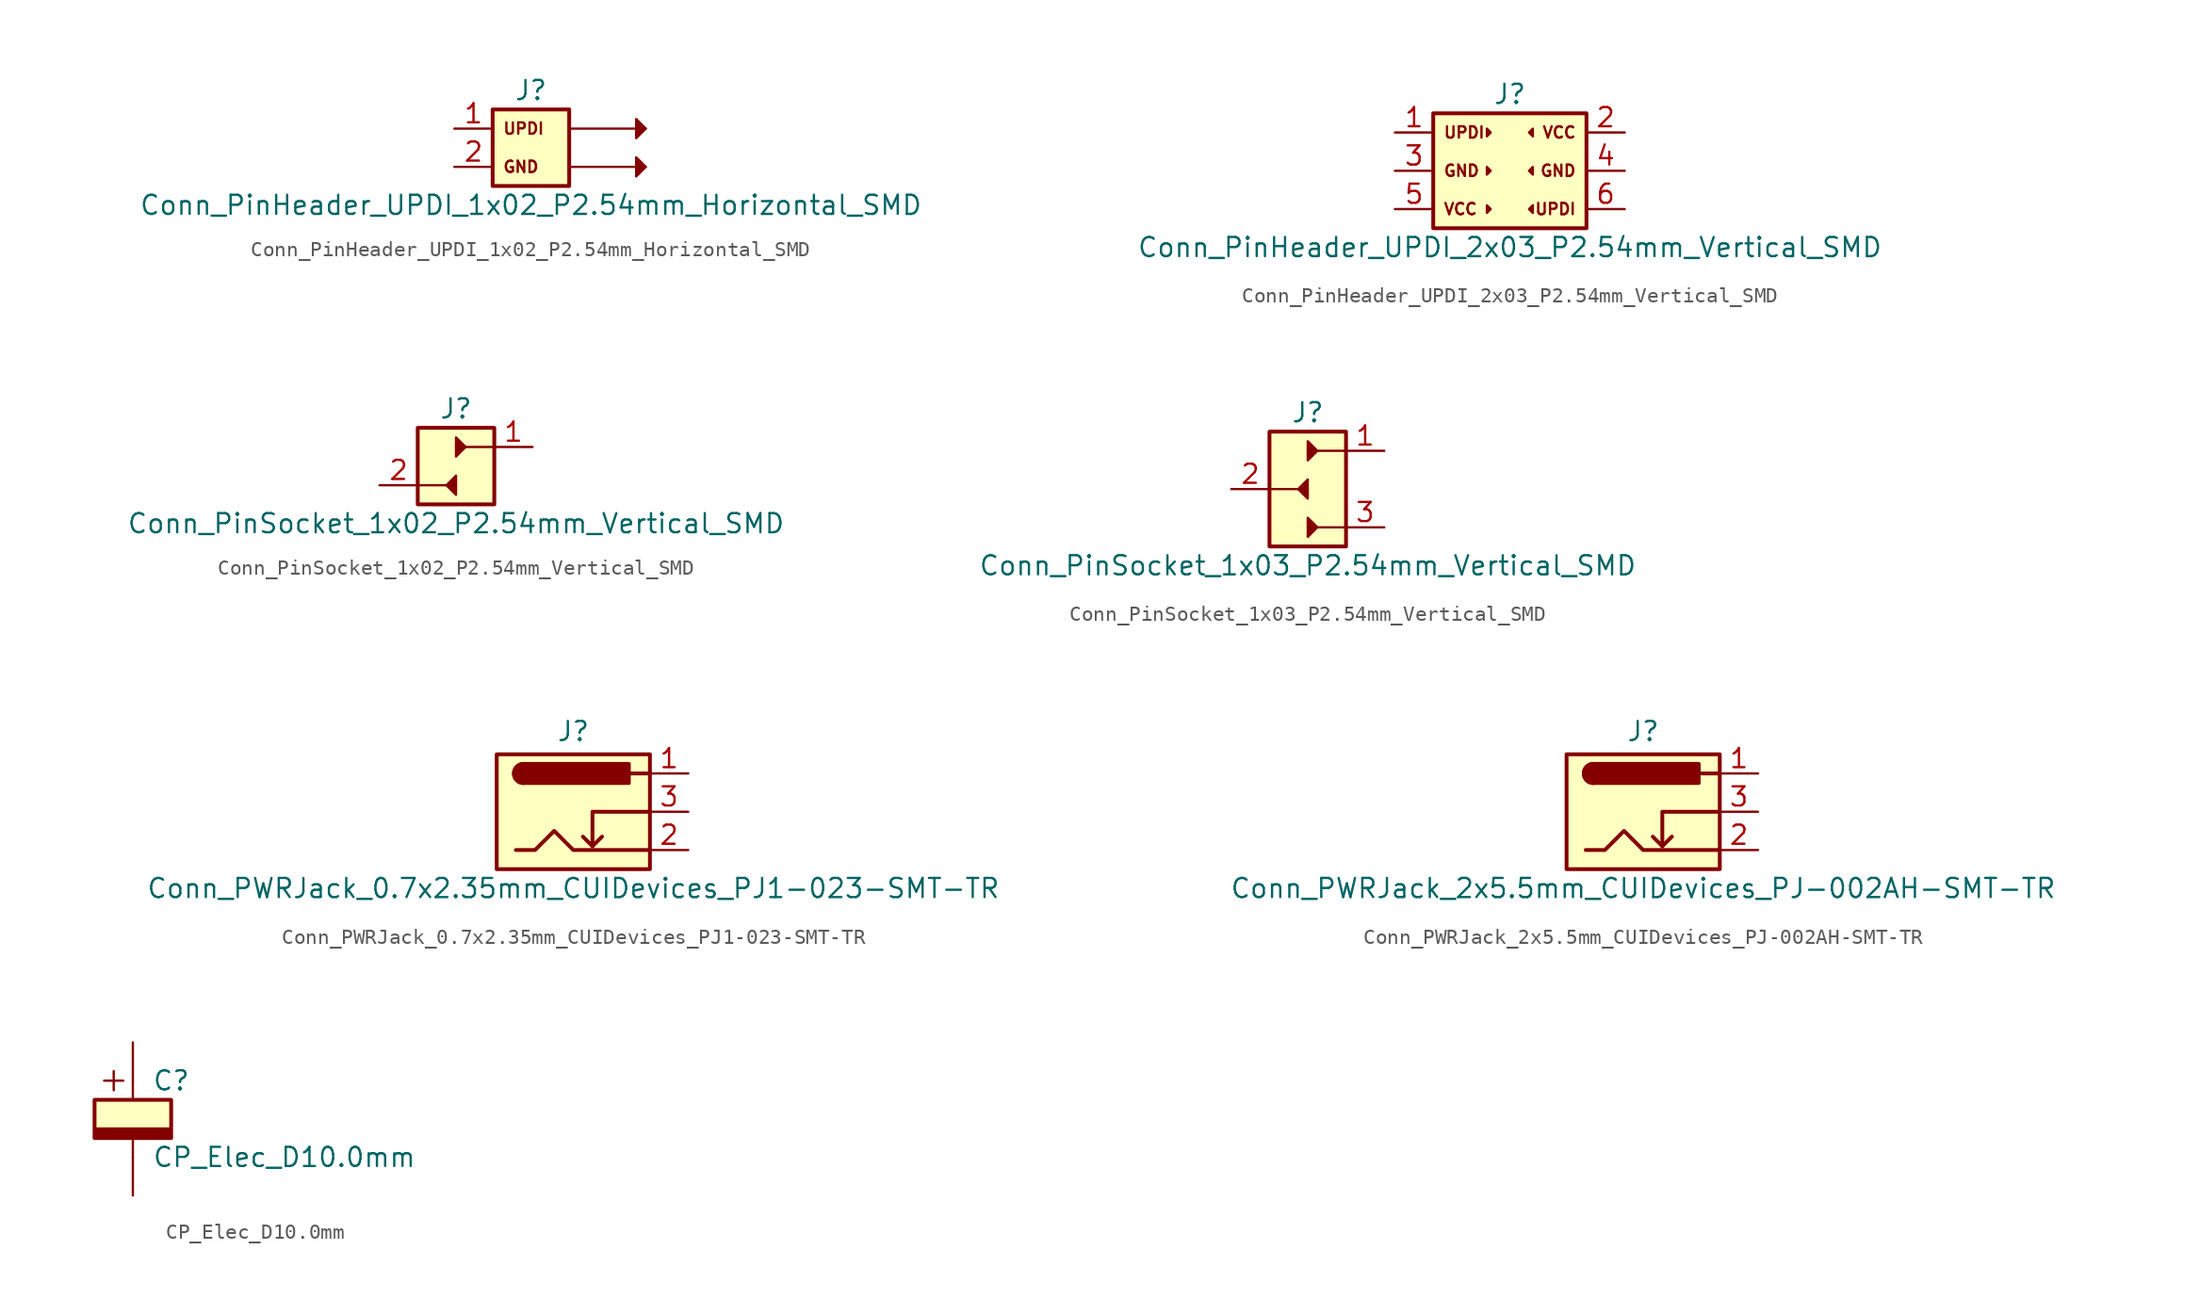
<source format=kicad_sym>
(kicad_symbol_lib
  (version 20211014)
  (generator kicad_symbol_editor)
  (symbol "Conn_PinHeader_UPDI_1x02_P2.54mm_Horizontal_SMD"
    (property "Reference" "J"
      (at 0 3.81 0)
      (effects (font (size 1.27 1.27))))
    (property "Value" "Conn_PinHeader_UPDI_1x02_P2.54mm_Horizontal_SMD"
      (at 0 -3.81 0)
      (effects (font (size 1.27 1.27))))
    (symbol "Conn_PinHeader_UPDI_1x02_P2.54mm_Horizontal_SMD_0_0"
      (rectangle (start -2.54 2.54) (end 2.54 -2.54) (stroke (width 0.254) (type default) (color 0 0 0 0)) (fill (type background)))
      (polyline (pts (xy 2.54 -1.27) (xy 7.62 -1.27)) (stroke (width 0) (type default) (color 0 0 0 0)) (fill (type none)))
      (polyline (pts (xy 2.54 1.27) (xy 7.62 1.27)) (stroke (width 0) (type default) (color 0 0 0 0)) (fill (type none)))
      (polyline (pts (xy 6.985 -0.635) (xy 7.62 -1.27) (xy 6.985 -1.905) (xy 6.985 -0.635)) (stroke (width 0) (type default) (color 0 0 0 0)) (fill (type outline)))
      (polyline (pts (xy 6.985 1.905) (xy 7.62 1.27) (xy 6.985 0.635) (xy 6.985 1.905)) (stroke (width 0) (type default) (color 0 0 0 0)) (fill (type outline)))
      (text "GND" (at -1.905 -1.27 0) (effects (font (size 0.75 0.75)) (justify left)))
      (text "UPDI" (at -1.905 1.27 0) (effects (font (size 0.75 0.75)) (justify left))))
    (symbol "Conn_PinHeader_UPDI_1x02_P2.54mm_Horizontal_SMD_1_1"
      (pin passive line (at -5.08 1.27 0) (length 2.54) (name "" (effects (font (size 1.27 1.27)))) (number "1" (effects (font (size 1.27 1.27)))))
      (pin passive line (at -5.08 -1.27 0) (length 2.54) (name "" (effects (font (size 1.27 1.27)))) (number "2" (effects (font (size 1.27 1.27)))))))
  (symbol "Conn_PinHeader_UPDI_2x03_P2.54mm_Vertical_SMD"
    (property "Reference" "J"
      (at 0 5.08 0)
      (effects (font (size 1.27 1.27))))
    (property "Value" "Conn_PinHeader_UPDI_2x03_P2.54mm_Vertical_SMD"
      (at 0 -5.08 0)
      (effects (font (size 1.27 1.27))))
    (symbol "Conn_PinHeader_UPDI_2x03_P2.54mm_Vertical_SMD_0_0"
      (rectangle (start -5.08 3.81) (end 5.08 -3.81) (stroke (width 0.254) (type default) (color 0 0 0 0)) (fill (type background)))
      (polyline (pts (xy -1.27 -2.54) (xy -1.524 -2.794) (xy -1.524 -2.286) (xy -1.27 -2.54)) (stroke (width 0) (type default) (color 0 0 0 0)) (fill (type outline)))
      (polyline (pts (xy -1.27 0) (xy -1.524 -0.254) (xy -1.524 0.254) (xy -1.27 0)) (stroke (width 0) (type default) (color 0 0 0 0)) (fill (type outline)))
      (polyline (pts (xy -1.27 2.54) (xy -1.524 2.286) (xy -1.524 2.794) (xy -1.27 2.54)) (stroke (width 0) (type default) (color 0 0 0 0)) (fill (type outline)))
      (polyline (pts (xy 1.27 -2.54) (xy 1.524 -2.286) (xy 1.524 -2.794) (xy 1.27 -2.54)) (stroke (width 0) (type default) (color 0 0 0 0)) (fill (type outline)))
      (polyline (pts (xy 1.27 0) (xy 1.524 0.254) (xy 1.524 -0.254) (xy 1.27 0)) (stroke (width 0) (type default) (color 0 0 0 0)) (fill (type outline)))
      (polyline (pts (xy 1.27 2.54) (xy 1.524 2.794) (xy 1.524 2.286) (xy 1.27 2.54)) (stroke (width 0) (type default) (color 0 0 0 0)) (fill (type outline)))
      (text "GND" (at -4.445 0 0) (effects (font (size 0.75 0.75)) (justify left)))
      (text "GND" (at 4.445 0 0) (effects (font (size 0.75 0.75)) (justify right)))
      (text "UPDI" (at -4.445 2.54 0) (effects (font (size 0.75 0.75)) (justify left)))
      (text "UPDI" (at 4.445 -2.54 0) (effects (font (size 0.75 0.75)) (justify right)))
      (text "VCC" (at -4.445 -2.54 0) (effects (font (size 0.75 0.75)) (justify left)))
      (text "VCC" (at 4.445 2.54 0) (effects (font (size 0.75 0.75)) (justify right))))
    (symbol "Conn_PinHeader_UPDI_2x03_P2.54mm_Vertical_SMD_1_1"
      (pin passive line (at -7.62 2.54 0) (length 2.54) (name "" (effects (font (size 1.27 1.27)))) (number "1" (effects (font (size 1.27 1.27)))))
      (pin passive line (at 7.62 2.54 180) (length 2.54) (name "" (effects (font (size 1.27 1.27)))) (number "2" (effects (font (size 1.27 1.27)))))
      (pin passive line (at -7.62 0 0) (length 2.54) (name "" (effects (font (size 1.27 1.27)))) (number "3" (effects (font (size 1.27 1.27)))))
      (pin passive line (at 7.62 0 180) (length 2.54) (name "" (effects (font (size 1.27 1.27)))) (number "4" (effects (font (size 1.27 1.27)))))
      (pin passive line (at -7.62 -2.54 0) (length 2.54) (name "" (effects (font (size 1.27 1.27)))) (number "5" (effects (font (size 1.27 1.27)))))
      (pin passive line (at 7.62 -2.54 180) (length 2.54) (name "" (effects (font (size 1.27 1.27)))) (number "6" (effects (font (size 1.27 1.27)))))))
  (symbol "Conn_PinSocket_1x02_P2.54mm_Vertical_SMD"
    (pin_names hide)
    (property "Reference" "J"
      (at 0 3.81 0)
      (effects (font (size 1.27 1.27))))
    (property "Value" "Conn_PinSocket_1x02_P2.54mm_Vertical_SMD"
      (at 0 -3.81 0)
      (effects (font (size 1.27 1.27))))
    (symbol "Conn_PinSocket_1x02_P2.54mm_Vertical_SMD_0_0"
      (rectangle (start -2.54 2.54) (end 2.54 -2.54) (stroke (width 0.254) (type default) (color 0 0 0 0)) (fill (type background)))
      (polyline (pts (xy 0 -1.27) (xy -2.54 -1.27)) (stroke (width 0) (type default) (color 0 0 0 0)) (fill (type none)))
      (polyline (pts (xy 2.54 1.27) (xy 0 1.27)) (stroke (width 0) (type default) (color 0 0 0 0)) (fill (type none)))
      (polyline (pts (xy 0 -1.905) (xy -0.635 -1.27) (xy 0 -0.635) (xy 0 -1.905)) (stroke (width 0) (type default) (color 0 0 0 0)) (fill (type outline)))
      (polyline (pts (xy 0 0.635) (xy 0.635 1.27) (xy 0 1.905) (xy 0 0.635)) (stroke (width 0) (type default) (color 0 0 0 0)) (fill (type outline))))
    (symbol "Conn_PinSocket_1x02_P2.54mm_Vertical_SMD_1_1"
      (pin passive line (at 5.08 1.27 180) (length 2.54) (name "Pin_1" (effects (font (size 1.27 1.27)))) (number "1" (effects (font (size 1.27 1.27)))))
      (pin passive line (at -5.08 -1.27 0) (length 2.54) (name "Pin_2" (effects (font (size 1.27 1.27)))) (number "2" (effects (font (size 1.27 1.27)))))))
  (symbol "Conn_PinSocket_1x03_P2.54mm_Vertical_SMD"
    (pin_names hide)
    (property "Reference" "J"
      (at 0 5.08 0)
      (effects (font (size 1.27 1.27))))
    (property "Value" "Conn_PinSocket_1x03_P2.54mm_Vertical_SMD"
      (at 0 -5.08 0)
      (effects (font (size 1.27 1.27))))
    (symbol "Conn_PinSocket_1x03_P2.54mm_Vertical_SMD_0_0"
      (rectangle (start -2.54 3.81) (end 2.54 -3.81) (stroke (width 0.254) (type default) (color 0 0 0 0)) (fill (type background)))
      (polyline (pts (xy 0 0) (xy -2.54 0)) (stroke (width 0) (type default) (color 0 0 0 0)) (fill (type none)))
      (polyline (pts (xy 2.54 -2.54) (xy 0 -2.54)) (stroke (width 0) (type default) (color 0 0 0 0)) (fill (type none)))
      (polyline (pts (xy 2.54 2.54) (xy 0 2.54)) (stroke (width 0) (type default) (color 0 0 0 0)) (fill (type none)))
      (polyline (pts (xy 0 -3.175) (xy 0.635 -2.54) (xy 0 -1.905) (xy 0 -3.175)) (stroke (width 0) (type default) (color 0 0 0 0)) (fill (type outline)))
      (polyline (pts (xy 0 -0.635) (xy -0.635 0) (xy 0 0.635) (xy 0 -0.635)) (stroke (width 0) (type default) (color 0 0 0 0)) (fill (type outline)))
      (polyline (pts (xy 0 1.905) (xy 0.635 2.54) (xy 0 3.175) (xy 0 1.905)) (stroke (width 0) (type default) (color 0 0 0 0)) (fill (type outline))))
    (symbol "Conn_PinSocket_1x03_P2.54mm_Vertical_SMD_1_1"
      (pin passive line (at 5.08 2.54 180) (length 2.54) (name "Pin_1" (effects (font (size 1.27 1.27)))) (number "1" (effects (font (size 1.27 1.27)))))
      (pin passive line (at -5.08 0 0) (length 2.54) (name "Pin_2" (effects (font (size 1.27 1.27)))) (number "2" (effects (font (size 1.27 1.27)))))
      (pin passive line (at 5.08 -2.54 180) (length 2.54) (name "Pin_1" (effects (font (size 1.27 1.27)))) (number "3" (effects (font (size 1.27 1.27)))))))
  (symbol "Conn_PWRJack_0.7x2.35mm_CUIDevices_PJ1-023-SMT-TR"
    (pin_names hide)
    (property "Reference" "J"
      (at 0 5.334 0)
      (effects (font (size 1.27 1.27))))
    (property "Value" "Conn_PWRJack_0.7x2.35mm_CUIDevices_PJ1-023-SMT-TR"
      (at 0 -5.08 0)
      (effects (font (size 1.27 1.27))))
    (symbol "Conn_PWRJack_0.7x2.35mm_CUIDevices_PJ1-023-SMT-TR_0_1"
      (rectangle (start -5.08 3.81) (end 5.08 -3.81) (stroke (width 0.254) (type default) (color 0 0 0 0)) (fill (type background)))
      (arc (start -3.302 3.175) (mid -3.937 2.54) (end -3.302 1.905) (stroke (width 0.254) (type default) (color 0 0 0 0)) (fill (type none)))
      (arc (start -3.302 3.175) (mid -3.937 2.54) (end -3.302 1.905) (stroke (width 0.254) (type default) (color 0 0 0 0)) (fill (type outline)))
      (polyline (pts (xy 1.27 -2.286) (xy 1.905 -1.651)) (stroke (width 0.254) (type default) (color 0 0 0 0)) (fill (type none)))
      (polyline (pts (xy 5.08 2.54) (xy 3.81 2.54)) (stroke (width 0.254) (type default) (color 0 0 0 0)) (fill (type none)))
      (polyline (pts (xy 5.08 0) (xy 1.27 0) (xy 1.27 -2.286) (xy 0.635 -1.651)) (stroke (width 0.254) (type default) (color 0 0 0 0)) (fill (type none)))
      (polyline (pts (xy -3.81 -2.54) (xy -2.54 -2.54) (xy -1.27 -1.27) (xy 0 -2.54) (xy 2.54 -2.54) (xy 5.08 -2.54)) (stroke (width 0.254) (type default) (color 0 0 0 0)) (fill (type none)))
      (rectangle (start 3.683 3.175) (end -3.302 1.905) (stroke (width 0.254) (type default) (color 0 0 0 0)) (fill (type outline))))
    (symbol "Conn_PWRJack_0.7x2.35mm_CUIDevices_PJ1-023-SMT-TR_1_1"
      (pin passive line (at 7.62 2.54 180) (length 2.54) (name "~" (effects (font (size 1.27 1.27)))) (number "1" (effects (font (size 1.27 1.27)))))
      (pin passive line (at 7.62 -2.54 180) (length 2.54) (name "~" (effects (font (size 1.27 1.27)))) (number "2" (effects (font (size 1.27 1.27)))))
      (pin passive line (at 7.62 0 180) (length 2.54) (name "~" (effects (font (size 1.27 1.27)))) (number "3" (effects (font (size 1.27 1.27)))))))
  (symbol "Conn_PWRJack_2x5.5mm_CUIDevices_PJ-002AH-SMT-TR"
    (pin_names hide)
    (property "Reference" "J"
      (at 0 5.334 0)
      (effects (font (size 1.27 1.27))))
    (property "Value" "Conn_PWRJack_2x5.5mm_CUIDevices_PJ-002AH-SMT-TR"
      (at 0 -5.08 0)
      (effects (font (size 1.27 1.27))))
    (symbol "Conn_PWRJack_2x5.5mm_CUIDevices_PJ-002AH-SMT-TR_0_1"
      (rectangle (start -5.08 3.81) (end 5.08 -3.81) (stroke (width 0.254) (type default) (color 0 0 0 0)) (fill (type background)))
      (arc (start -3.302 3.175) (mid -3.937 2.54) (end -3.302 1.905) (stroke (width 0.254) (type default) (color 0 0 0 0)) (fill (type none)))
      (arc (start -3.302 3.175) (mid -3.937 2.54) (end -3.302 1.905) (stroke (width 0.254) (type default) (color 0 0 0 0)) (fill (type outline)))
      (polyline (pts (xy 1.27 -2.286) (xy 1.905 -1.651)) (stroke (width 0.254) (type default) (color 0 0 0 0)) (fill (type none)))
      (polyline (pts (xy 5.08 2.54) (xy 3.81 2.54)) (stroke (width 0.254) (type default) (color 0 0 0 0)) (fill (type none)))
      (polyline (pts (xy 5.08 0) (xy 1.27 0) (xy 1.27 -2.286) (xy 0.635 -1.651)) (stroke (width 0.254) (type default) (color 0 0 0 0)) (fill (type none)))
      (polyline (pts (xy -3.81 -2.54) (xy -2.54 -2.54) (xy -1.27 -1.27) (xy 0 -2.54) (xy 2.54 -2.54) (xy 5.08 -2.54)) (stroke (width 0.254) (type default) (color 0 0 0 0)) (fill (type none)))
      (rectangle (start 3.683 3.175) (end -3.302 1.905) (stroke (width 0.254) (type default) (color 0 0 0 0)) (fill (type outline))))
    (symbol "Conn_PWRJack_2x5.5mm_CUIDevices_PJ-002AH-SMT-TR_1_1"
      (pin passive line (at 7.62 2.54 180) (length 2.54) (name "~" (effects (font (size 1.27 1.27)))) (number "1" (effects (font (size 1.27 1.27)))))
      (pin passive line (at 7.62 -2.54 180) (length 2.54) (name "~" (effects (font (size 1.27 1.27)))) (number "2" (effects (font (size 1.27 1.27)))))
      (pin passive line (at 7.62 0 180) (length 2.54) (name "~" (effects (font (size 1.27 1.27)))) (number "3" (effects (font (size 1.27 1.27)))))))
  (symbol "CP_Elec_D10.0mm"
    (pin_numbers hide)
    (property "Reference" "C"
      (at 1.27 2.54 0)
      (effects (font (size 1.27 1.27)) (justify left)))
    (property "Value" "CP_Elec_D10.0mm"
      (at 1.27 -2.54 0)
      (effects (font (size 1.27 1.27)) (justify left)))
    (symbol "CP_Elec_D10.0mm_0_1"
      (rectangle (start -2.54 -0.635) (end 2.54 -1.27) (stroke (width 0) (type default) (color 0 0 0 0)) (fill (type outline)))
      (polyline (pts (xy -1.27 1.905) (xy -1.27 3.175)) (stroke (width 0) (type default) (color 0 0 0 0)) (fill (type none)))
      (polyline (pts (xy -0.635 2.54) (xy -1.905 2.54)) (stroke (width 0) (type default) (color 0 0 0 0)) (fill (type none)))
      (polyline (pts (xy 0 -1.27) (xy 0 -2.54)) (stroke (width 0) (type default) (color 0 0 0 0)) (fill (type none)))
      (polyline (pts (xy 0 2.54) (xy 0 1.27)) (stroke (width 0) (type default) (color 0 0 0 0)) (fill (type none)))
      (polyline (pts (xy -2.54 -1.27) (xy -2.54 1.27) (xy 2.54 1.27) (xy 2.54 -1.27) (xy -2.54 -1.27)) (stroke (width 0.254) (type default) (color 0 0 0 0)) (fill (type background))))
    (symbol "CP_Elec_D10.0mm_1_1"
      (pin passive line (at 0 5.08 270) (length 2.54) (name "~" (effects (font (size 1.27 1.27)))) (number "1" (effects (font (size 1.27 1.27)))))
      (pin passive line (at 0 -5.08 90) (length 2.54) (name "~" (effects (font (size 1.27 1.27)))) (number "2" (effects (font (size 1.27 1.27))))))))
</source>
